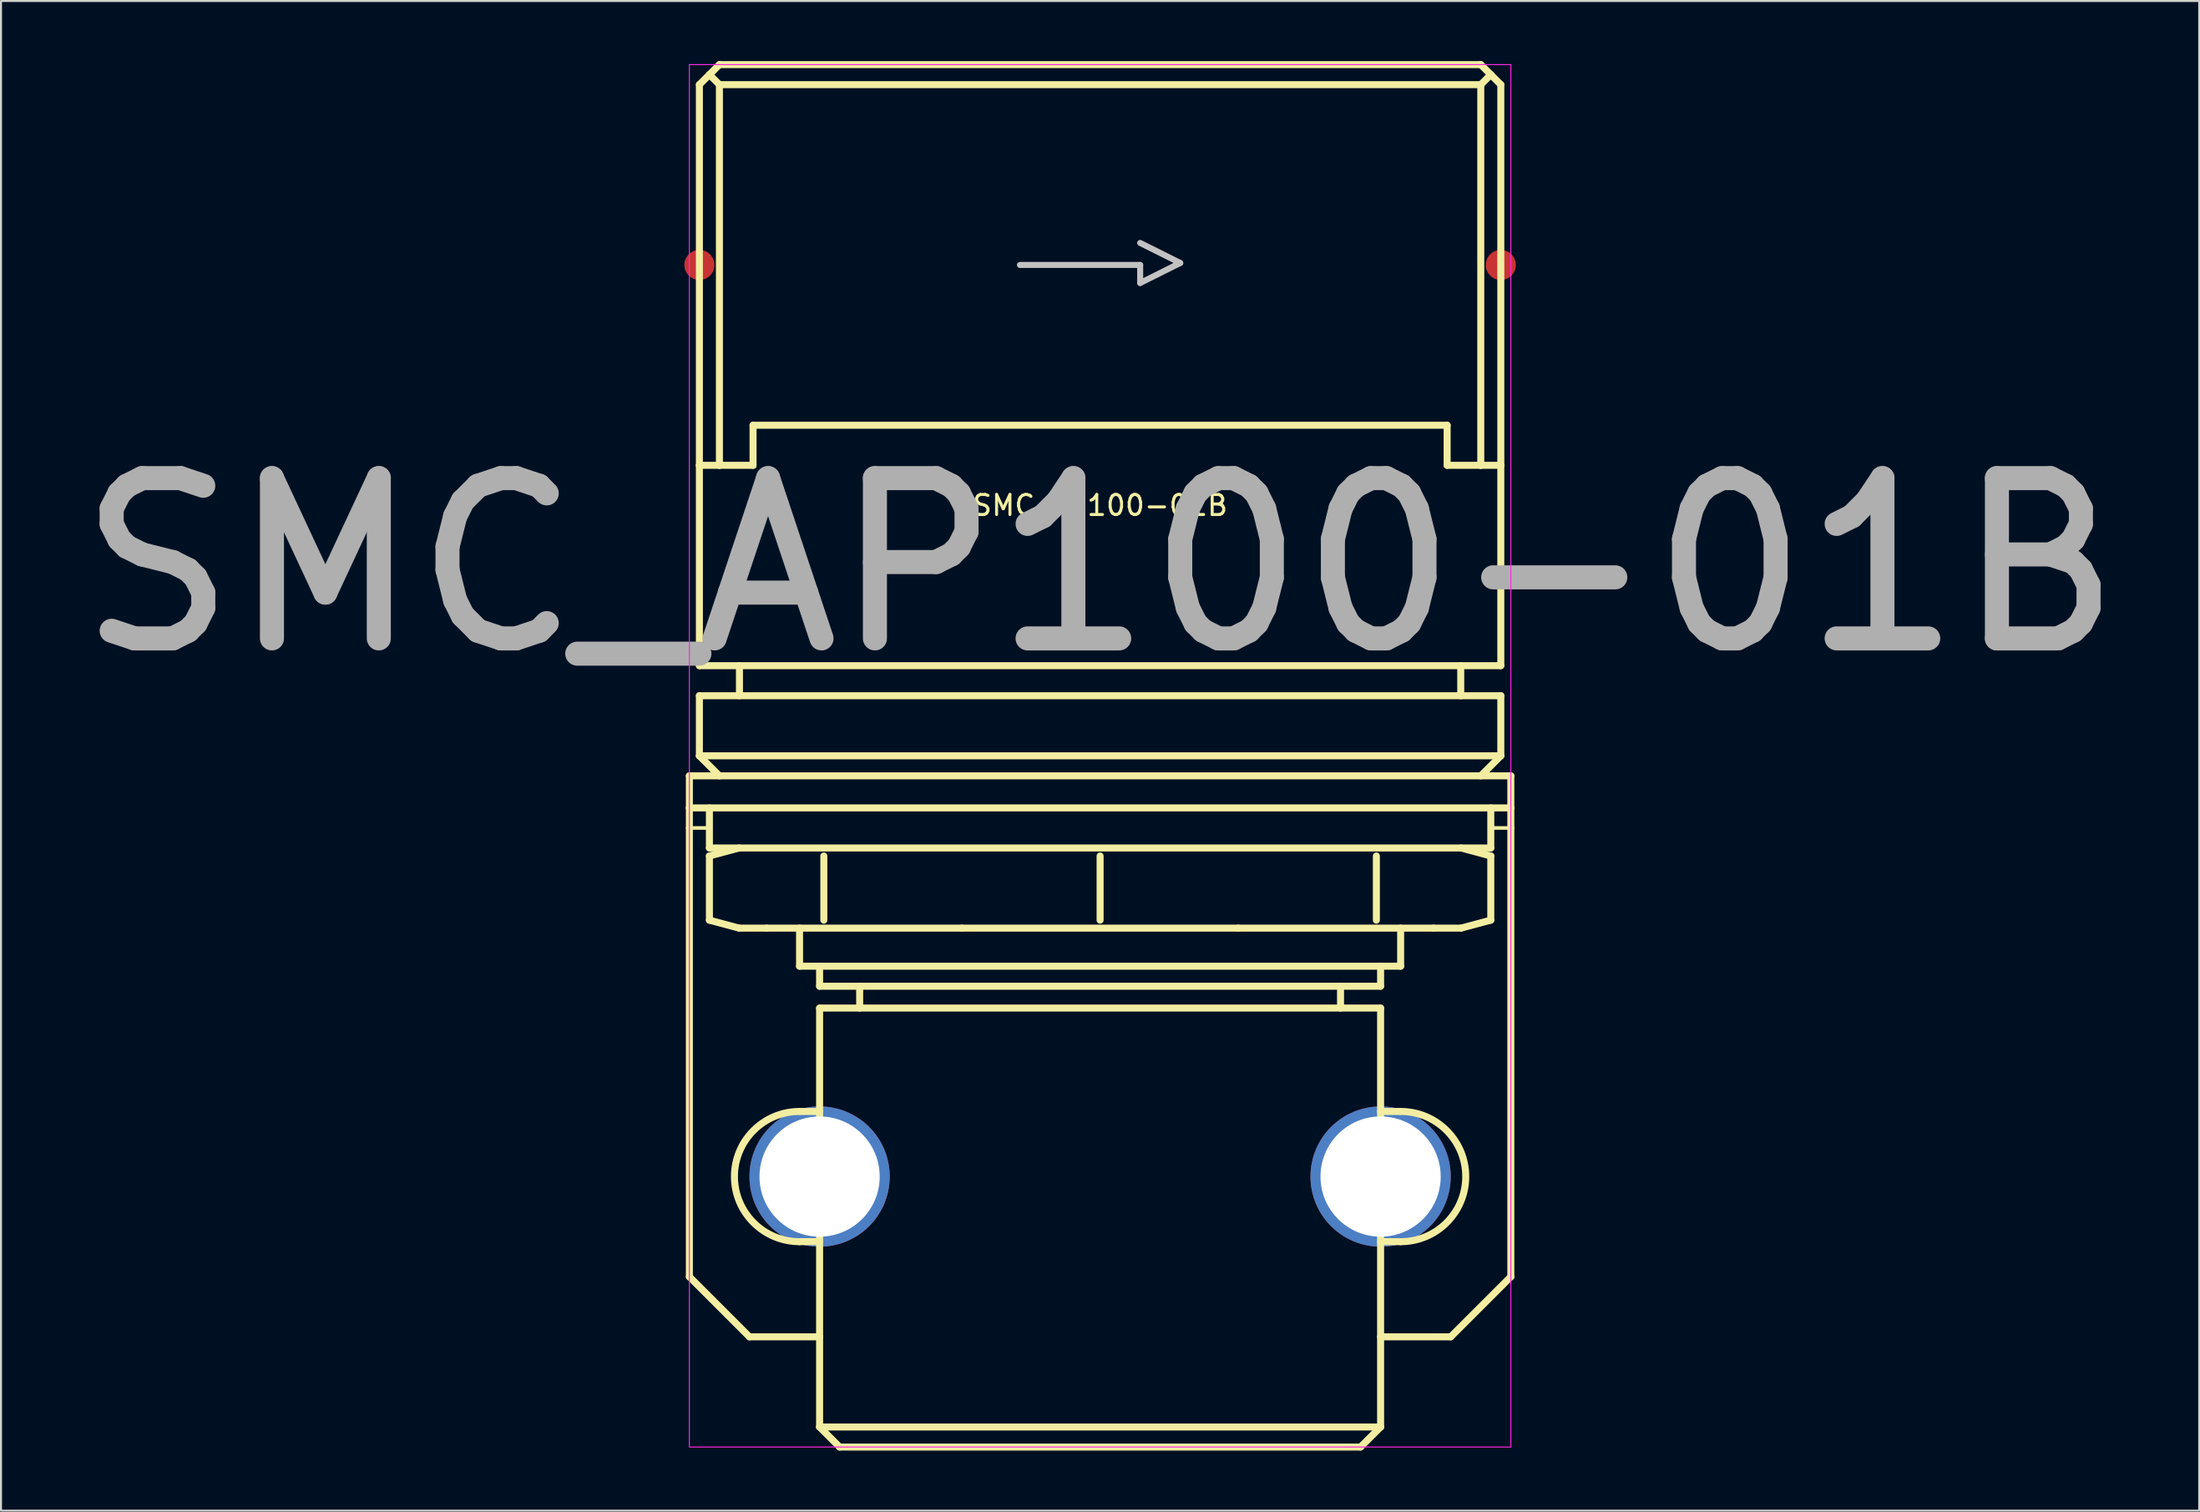
<source format=kicad_pcb>
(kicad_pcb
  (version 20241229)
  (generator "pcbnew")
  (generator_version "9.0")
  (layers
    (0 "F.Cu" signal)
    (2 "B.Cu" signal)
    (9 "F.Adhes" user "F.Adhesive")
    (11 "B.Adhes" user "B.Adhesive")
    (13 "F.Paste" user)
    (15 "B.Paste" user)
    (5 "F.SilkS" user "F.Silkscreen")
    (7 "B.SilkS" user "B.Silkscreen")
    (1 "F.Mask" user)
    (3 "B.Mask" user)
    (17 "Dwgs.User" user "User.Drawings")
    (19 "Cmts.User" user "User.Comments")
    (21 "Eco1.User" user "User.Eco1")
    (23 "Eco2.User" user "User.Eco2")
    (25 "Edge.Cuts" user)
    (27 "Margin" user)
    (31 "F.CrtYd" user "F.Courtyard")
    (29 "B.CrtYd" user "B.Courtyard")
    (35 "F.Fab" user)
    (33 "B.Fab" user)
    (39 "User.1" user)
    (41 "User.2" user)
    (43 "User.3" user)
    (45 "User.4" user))
  (footprint "SMC_AP100-01B"
    (layer "F.Cu")
    (at 51.857 10.175)
    (property "Reference" "SMC_AP100-01B" (at 0 12 0) (unlocked yes) (layer "F.SilkS") (effects (font (size 1 1) (thickness 0.15))))
    (fp_line (start -20.5 25.5) (end 20.5 25.5) (stroke (width 0.35) (type solid)) (layer "F.SilkS"))
    (fp_line (start -20.5 27.1) (end -20.5 25.5) (stroke (width 0.35) (type solid)) (layer "F.SilkS"))
    (fp_line (start -20.5 27.1) (end -20.5 28.1) (stroke (width 0.35) (type solid)) (layer "F.SilkS"))
    (fp_line (start -20.5 28.1) (end -19.5 28.1) (stroke (width 0.18) (type solid)) (layer "F.SilkS"))
    (fp_line (start -20.5 50.5) (end -20.5 28.1) (stroke (width 0.35) (type solid)) (layer "F.SilkS"))
    (fp_line (start -20.5 50.5) (end -17.5 53.5) (stroke (width 0.35) (type solid)) (layer "F.SilkS"))
    (fp_line (start -20 -9) (end -19.5 -9.5) (stroke (width 0.35) (type solid)) (layer "F.SilkS"))
    (fp_line (start -20 10) (end -20 -9) (stroke (width 0.35) (type solid)) (layer "F.SilkS"))
    (fp_line (start -20 10) (end -20 20) (stroke (width 0.35) (type solid)) (layer "F.SilkS"))
    (fp_line (start -20 20) (end 20 20) (stroke (width 0.35) (type solid)) (layer "F.SilkS"))
    (fp_line (start -20 21.5) (end -20 24.5) (stroke (width 0.35) (type solid)) (layer "F.SilkS"))
    (fp_line (start -20 21.5) (end 20 21.5) (stroke (width 0.35) (type solid)) (layer "F.SilkS"))
    (fp_line (start -20 24.5) (end 20 24.5) (stroke (width 0.35) (type solid)) (layer "F.SilkS"))
    (fp_line (start -19.5 -9.5) (end -19 -10) (stroke (width 0.35) (type solid)) (layer "F.SilkS"))
    (fp_line (start -19.5 -9.5) (end -19 -9) (stroke (width 0.35) (type solid)) (layer "F.SilkS"))
    (fp_line (start -19.5 27.1) (end -19.5 29.1) (stroke (width 0.35) (type solid)) (layer "F.SilkS"))
    (fp_line (start -19.5 29.1) (end 19.5 29.1) (stroke (width 0.35) (type solid)) (layer "F.SilkS"))
    (fp_line (start -19.5 32.702) (end -19.5 29.498) (stroke (width 0.35) (type solid)) (layer "F.SilkS"))
    (fp_line (start -19 10) (end -20 10) (stroke (width 0.35) (type solid)) (layer "F.SilkS"))
    (fp_line (start -19 10) (end -19 -9) (stroke (width 0.35) (type solid)) (layer "F.SilkS"))
    (fp_line (start -19 25.5) (end -20 24.5) (stroke (width 0.35) (type solid)) (layer "F.SilkS"))
    (fp_line (start -18.016 29.1) (end -19.5 29.498) (stroke (width 0.35) (type solid)) (layer "F.SilkS"))
    (fp_line (start -18.016 33.1) (end -19.5 32.702) (stroke (width 0.35) (type solid)) (layer "F.SilkS"))
    (fp_line (start -18.016 33.1) (end -16.644 33.1) (stroke (width 0.35) (type solid)) (layer "F.SilkS"))
    (fp_line (start -18 20) (end -18 21.5) (stroke (width 0.35) (type solid)) (layer "F.SilkS"))
    (fp_line (start -17.5 53.5) (end -14 53.5) (stroke (width 0.35) (type solid)) (layer "F.SilkS"))
    (fp_line (start -17.321 8) (end -17.321 10) (stroke (width 0.35) (type solid)) (layer "F.SilkS"))
    (fp_line (start -17.321 8) (end 17.321 8) (stroke (width 0.35) (type solid)) (layer "F.SilkS"))
    (fp_line (start -17.321 10) (end -19 10) (stroke (width 0.35) (type solid)) (layer "F.SilkS"))
    (fp_line (start -16.644 33.1) (end -6.894 33.1) (stroke (width 0.35) (type solid)) (layer "F.SilkS"))
    (fp_line (start -15 33.1) (end -15 35) (stroke (width 0.35) (type solid)) (layer "F.SilkS"))
    (fp_line (start -15 35) (end 15 35) (stroke (width 0.35) (type solid)) (layer "F.SilkS"))
    (fp_line (start -15 42.25) (end -14 42.25) (stroke (width 0.35) (type solid)) (layer "F.SilkS"))
    (fp_line (start -14 35) (end -14 36) (stroke (width 0.35) (type solid)) (layer "F.SilkS"))
    (fp_line (start -14 36) (end 14 36) (stroke (width 0.35) (type solid)) (layer "F.SilkS"))
    (fp_line (start -14 37.09) (end -14 58) (stroke (width 0.35) (type solid)) (layer "F.SilkS"))
    (fp_line (start -14 37.09) (end 14 37.09) (stroke (width 0.35) (type solid)) (layer "F.SilkS"))
    (fp_line (start -14 48.75) (end -15 48.75) (stroke (width 0.35) (type solid)) (layer "F.SilkS"))
    (fp_line (start -14 58) (end 14 58) (stroke (width 0.35) (type solid)) (layer "F.SilkS"))
    (fp_line (start -13.789 32.702) (end -13.789 29.498) (stroke (width 0.35) (type solid)) (layer "F.SilkS"))
    (fp_line (start -13 59) (end -14 58) (stroke (width 0.35) (type solid)) (layer "F.SilkS"))
    (fp_line (start -13 59) (end 13 59) (stroke (width 0.35) (type solid)) (layer "F.SilkS"))
    (fp_line (start -12 36) (end -12 37.09) (stroke (width 0.35) (type solid)) (layer "F.SilkS"))
    (fp_line (start -6.894 33.1) (end 6.894 33.1) (stroke (width 0.35) (type solid)) (layer "F.SilkS"))
    (fp_line (start 0 32.702) (end 0 29.498) (stroke (width 0.35) (type solid)) (layer "F.SilkS"))
    (fp_line (start 6.894 33.1) (end 16.644 33.1) (stroke (width 0.35) (type solid)) (layer "F.SilkS"))
    (fp_line (start 12 36) (end 12 37.09) (stroke (width 0.35) (type solid)) (layer "F.SilkS"))
    (fp_line (start 13 59) (end 14 58) (stroke (width 0.35) (type solid)) (layer "F.SilkS"))
    (fp_line (start 13.789 32.702) (end 13.789 29.498) (stroke (width 0.35) (type solid)) (layer "F.SilkS"))
    (fp_line (start 14 35) (end 14 36) (stroke (width 0.35) (type solid)) (layer "F.SilkS"))
    (fp_line (start 14 37.09) (end 14 58) (stroke (width 0.35) (type solid)) (layer "F.SilkS"))
    (fp_line (start 14 42.25) (end 15 42.25) (stroke (width 0.35) (type solid)) (layer "F.SilkS"))
    (fp_line (start 14 53.5) (end 17.5 53.5) (stroke (width 0.35) (type solid)) (layer "F.SilkS"))
    (fp_line (start 15 33.1) (end 15 35) (stroke (width 0.35) (type solid)) (layer "F.SilkS"))
    (fp_line (start 15 48.75) (end 14 48.75) (stroke (width 0.35) (type solid)) (layer "F.SilkS"))
    (fp_line (start 16.644 33.1) (end 18.016 33.1) (stroke (width 0.35) (type solid)) (layer "F.SilkS"))
    (fp_line (start 17.321 10) (end 17.321 8) (stroke (width 0.35) (type solid)) (layer "F.SilkS"))
    (fp_line (start 17.5 53.5) (end 20.5 50.5) (stroke (width 0.35) (type solid)) (layer "F.SilkS"))
    (fp_line (start 18 20) (end 18 21.5) (stroke (width 0.35) (type solid)) (layer "F.SilkS"))
    (fp_line (start 18.016 29.1) (end 19.5 29.498) (stroke (width 0.35) (type solid)) (layer "F.SilkS"))
    (fp_line (start 18.016 33.1) (end 19.5 32.702) (stroke (width 0.35) (type solid)) (layer "F.SilkS"))
    (fp_line (start 19 -10) (end -19 -10) (stroke (width 0.35) (type solid)) (layer "F.SilkS"))
    (fp_line (start 19 -10) (end 19.5 -9.5) (stroke (width 0.35) (type solid)) (layer "F.SilkS"))
    (fp_line (start 19 -9) (end -19 -9) (stroke (width 0.35) (type solid)) (layer "F.SilkS"))
    (fp_line (start 19 -9) (end 19.5 -9.5) (stroke (width 0.35) (type solid)) (layer "F.SilkS"))
    (fp_line (start 19 10) (end 17.321 10) (stroke (width 0.35) (type solid)) (layer "F.SilkS"))
    (fp_line (start 19 10) (end 19 -9) (stroke (width 0.35) (type solid)) (layer "F.SilkS"))
    (fp_line (start 19 25.5) (end 20 24.5) (stroke (width 0.35) (type solid)) (layer "F.SilkS"))
    (fp_line (start 19.5 -9.5) (end 20 -9) (stroke (width 0.35) (type solid)) (layer "F.SilkS"))
    (fp_line (start 19.5 27.1) (end 19.5 29.1) (stroke (width 0.35) (type solid)) (layer "F.SilkS"))
    (fp_line (start 19.5 28.1) (end 20.5 28.1) (stroke (width 0.18) (type solid)) (layer "F.SilkS"))
    (fp_line (start 19.5 32.702) (end 19.5 29.498) (stroke (width 0.35) (type solid)) (layer "F.SilkS"))
    (fp_line (start 20 10) (end 19 10) (stroke (width 0.35) (type solid)) (layer "F.SilkS"))
    (fp_line (start 20 10) (end 20 -9) (stroke (width 0.35) (type solid)) (layer "F.SilkS"))
    (fp_line (start 20 10) (end 20 20) (stroke (width 0.35) (type solid)) (layer "F.SilkS"))
    (fp_line (start 20 21.5) (end 20 24.5) (stroke (width 0.35) (type solid)) (layer "F.SilkS"))
    (fp_line (start 20.5 25.5) (end 20.5 27.1) (stroke (width 0.35) (type solid)) (layer "F.SilkS"))
    (fp_line (start 20.5 27.1) (end -20.5 27.1) (stroke (width 0.35) (type solid)) (layer "F.SilkS"))
    (fp_line (start 20.5 27.1) (end 20.5 28.1) (stroke (width 0.35) (type solid)) (layer "F.SilkS"))
    (fp_line (start 20.5 50.5) (end 20.5 28.1) (stroke (width 0.35) (type solid)) (layer "F.SilkS"))
    (fp_arc (start -14.999992 48.750004) (mid -18.249998 45.500002) (end -14.999992 42.250004) (stroke (width 0.35) (type solid)) (layer "F.SilkS"))
    (fp_arc (start 15.000008 42.250004) (mid 18.250002 45.500002) (end 15.000008 48.750004) (stroke (width 0.35) (type solid)) (layer "F.SilkS"))
    (fp_line (start -4 0) (end 2 0) (stroke (width 0.3) (type solid)) (layer "Dwgs.User"))
    (fp_line (start 2 0) (end 2 0.9) (stroke (width 0.3) (type solid)) (layer "Dwgs.User"))
    (fp_line (start 2 0.9) (end 4 -0.1) (stroke (width 0.3) (type solid)) (layer "Dwgs.User"))
    (fp_line (start 4 -0.1) (end 2 -1.1) (stroke (width 0.3) (type solid)) (layer "Dwgs.User"))
    (fp_rect (start -20.5 -10) (end 20.5 59) (stroke (width 0.05) (type solid)) (fill no) (layer "F.CrtYd"))
    (fp_text user "${REFERENCE}" (at 0 15 0) (unlocked yes) (layer "F.Fab") (effects (font (size 8 8) (thickness 1.2))))
    (pad "" np_thru_hole circle (at -14 45.5) (size 7 7) (drill 6) (layers "*.Cu" "*.Mask"))
    (pad "" np_thru_hole circle (at 14 45.5) (size 7 7) (drill 6) (layers "*.Cu" "*.Mask"))
    (pad "1" smd circle (at -20 0) (size 1.5 1.5) (layers "F.Cu" "F.Mask" "F.Paste"))
    (pad "2" smd circle (at 20 0) (size 1.5 1.5) (layers "F.Cu" "F.Mask" "F.Paste")))
  (gr_rect
    (start -3 -3)
    (end 106.714 72.35)
    (stroke (width 0.1) (type default))
    (fill no)
    (layer "Edge.Cuts")))
</source>
